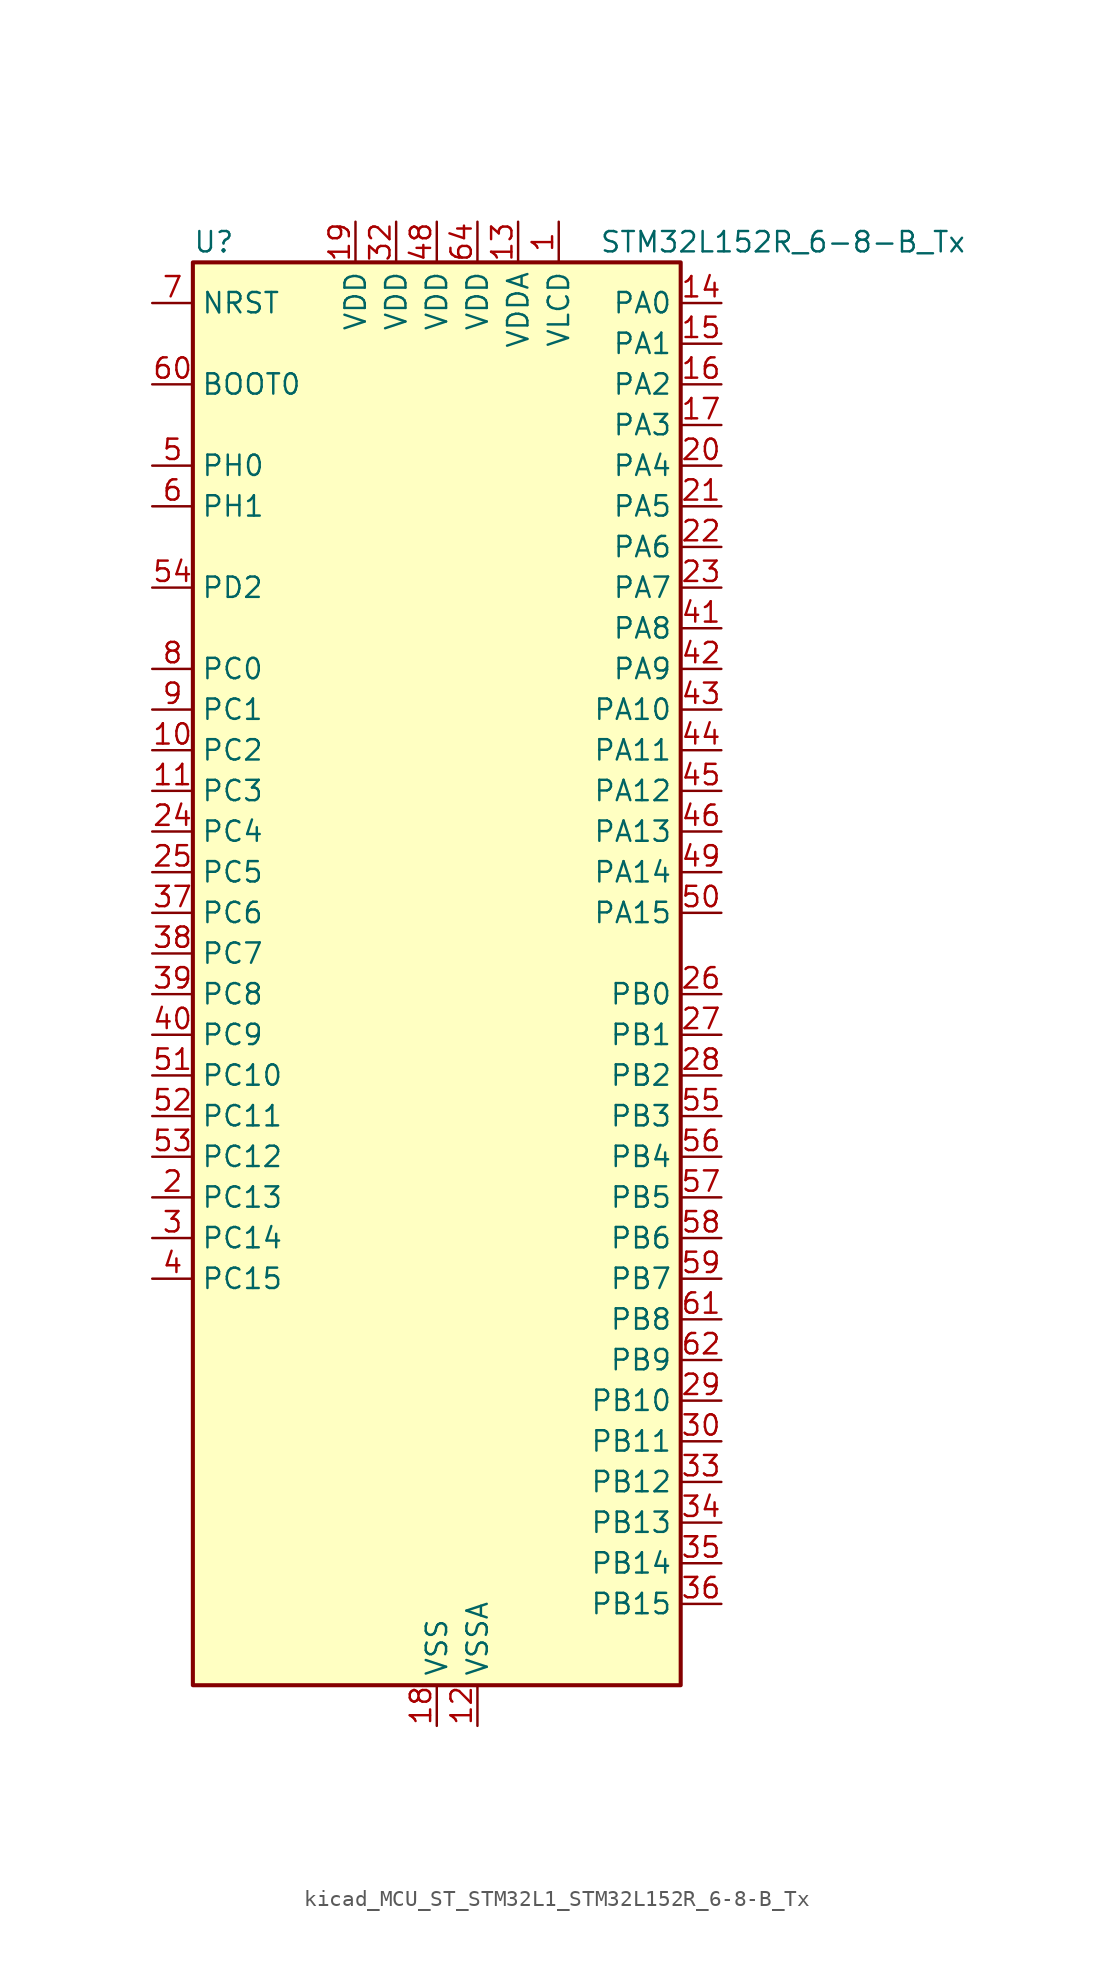
<source format=kicad_sym>
(kicad_symbol_lib
  (version 20220914)
  (generator kicad_symbol_editor)
  (symbol "kicad_MCU_ST_STM32L1_STM32L152R_6-8-B_Tx"
    (property "Reference" "U"
      (at -15.24 46.99 0)
      (effects (font (size 1.27 1.27)) (justify left)))
    (property "Value" "STM32L152R_6-8-B_Tx"
      (at 10.16 46.99 0)
      (effects (font (size 1.27 1.27)) (justify left)))
    (property "ki_locked" ""
      (at 0 0 0)
      (effects (font (size 1.27 1.27))))
    (symbol "kicad_MCU_ST_STM32L1_STM32L152R_6-8-B_Tx_0_1"
      (rectangle (start -15.24 -43.18) (end 15.24 45.72) (stroke (width 0.254) (type default)) (fill (type background))))
    (symbol "kicad_MCU_ST_STM32L1_STM32L152R_6-8-B_Tx_1_1"
      (pin power_in line (at 7.62 48.26 270) (length 2.54) (name "VLCD" (effects (font (size 1.27 1.27)))) (number "1" (effects (font (size 1.27 1.27)))))
      (pin bidirectional line (at -17.78 15.24 0) (length 2.54) (name "PC2" (effects (font (size 1.27 1.27)))) (number "10" (effects (font (size 1.27 1.27)))) (alternate "ADC_IN12" bidirectional line) (alternate "COMP1_INP" bidirectional line) (alternate "LCD_SEG20" bidirectional line) (alternate "TIMX_IC3" bidirectional line) (alternate "TS_G8_IO3" bidirectional line))
      (pin bidirectional line (at -17.78 12.7 0) (length 2.54) (name "PC3" (effects (font (size 1.27 1.27)))) (number "11" (effects (font (size 1.27 1.27)))) (alternate "ADC_IN13" bidirectional line) (alternate "COMP1_INP" bidirectional line) (alternate "LCD_SEG21" bidirectional line) (alternate "TIMX_IC4" bidirectional line) (alternate "TS_G8_IO4" bidirectional line))
      (pin power_in line (at 2.54 -45.72 90) (length 2.54) (name "VSSA" (effects (font (size 1.27 1.27)))) (number "12" (effects (font (size 1.27 1.27)))))
      (pin power_in line (at 5.08 48.26 270) (length 2.54) (name "VDDA" (effects (font (size 1.27 1.27)))) (number "13" (effects (font (size 1.27 1.27)))))
      (pin bidirectional line (at 17.78 43.18 180) (length 2.54) (name "PA0" (effects (font (size 1.27 1.27)))) (number "14" (effects (font (size 1.27 1.27)))) (alternate "ADC_IN0" bidirectional line) (alternate "COMP1_INP" bidirectional line) (alternate "SYS_WKUP1" bidirectional line) (alternate "TIM2_CH1" bidirectional line) (alternate "TIM2_ETR" bidirectional line) (alternate "TIMX_IC1" bidirectional line) (alternate "TS_G1_IO1" bidirectional line) (alternate "USART2_CTS" bidirectional line))
      (pin bidirectional line (at 17.78 40.64 180) (length 2.54) (name "PA1" (effects (font (size 1.27 1.27)))) (number "15" (effects (font (size 1.27 1.27)))) (alternate "ADC_IN1" bidirectional line) (alternate "COMP1_INP" bidirectional line) (alternate "LCD_SEG0" bidirectional line) (alternate "TIM2_CH2" bidirectional line) (alternate "TIMX_IC2" bidirectional line) (alternate "TS_G1_IO2" bidirectional line) (alternate "USART2_RTS" bidirectional line))
      (pin bidirectional line (at 17.78 38.1 180) (length 2.54) (name "PA2" (effects (font (size 1.27 1.27)))) (number "16" (effects (font (size 1.27 1.27)))) (alternate "ADC_IN2" bidirectional line) (alternate "COMP1_INP" bidirectional line) (alternate "LCD_SEG1" bidirectional line) (alternate "TIM2_CH3" bidirectional line) (alternate "TIM9_CH1" bidirectional line) (alternate "TIMX_IC3" bidirectional line) (alternate "TS_G1_IO3" bidirectional line) (alternate "USART2_TX" bidirectional line))
      (pin bidirectional line (at 17.78 35.56 180) (length 2.54) (name "PA3" (effects (font (size 1.27 1.27)))) (number "17" (effects (font (size 1.27 1.27)))) (alternate "ADC_IN3" bidirectional line) (alternate "COMP1_INP" bidirectional line) (alternate "LCD_SEG2" bidirectional line) (alternate "TIM2_CH4" bidirectional line) (alternate "TIM9_CH2" bidirectional line) (alternate "TIMX_IC4" bidirectional line) (alternate "TS_G1_IO4" bidirectional line) (alternate "USART2_RX" bidirectional line))
      (pin power_in line (at 0 -45.72 90) (length 2.54) (name "VSS" (effects (font (size 1.27 1.27)))) (number "18" (effects (font (size 1.27 1.27)))))
      (pin power_in line (at -5.08 48.26 270) (length 2.54) (name "VDD" (effects (font (size 1.27 1.27)))) (number "19" (effects (font (size 1.27 1.27)))))
      (pin bidirectional line (at -17.78 -12.7 0) (length 2.54) (name "PC13" (effects (font (size 1.27 1.27)))) (number "2" (effects (font (size 1.27 1.27)))) (alternate "RTC_OUT_ALARM" bidirectional line) (alternate "RTC_OUT_CALIB" bidirectional line) (alternate "RTC_TAMP1" bidirectional line) (alternate "RTC_TS" bidirectional line) (alternate "SYS_WKUP2" bidirectional line) (alternate "TIMX_IC2" bidirectional line))
      (pin bidirectional line (at 17.78 33.02 180) (length 2.54) (name "PA4" (effects (font (size 1.27 1.27)))) (number "20" (effects (font (size 1.27 1.27)))) (alternate "ADC_IN4" bidirectional line) (alternate "COMP1_INP" bidirectional line) (alternate "DAC_OUT1" bidirectional line) (alternate "SPI1_NSS" bidirectional line) (alternate "TIMX_IC1" bidirectional line) (alternate "USART2_CK" bidirectional line))
      (pin bidirectional line (at 17.78 30.48 180) (length 2.54) (name "PA5" (effects (font (size 1.27 1.27)))) (number "21" (effects (font (size 1.27 1.27)))) (alternate "ADC_IN5" bidirectional line) (alternate "COMP1_INP" bidirectional line) (alternate "DAC_OUT2" bidirectional line) (alternate "SPI1_SCK" bidirectional line) (alternate "TIM2_CH1" bidirectional line) (alternate "TIM2_ETR" bidirectional line) (alternate "TIMX_IC2" bidirectional line))
      (pin bidirectional line (at 17.78 27.94 180) (length 2.54) (name "PA6" (effects (font (size 1.27 1.27)))) (number "22" (effects (font (size 1.27 1.27)))) (alternate "ADC_IN6" bidirectional line) (alternate "COMP1_INP" bidirectional line) (alternate "LCD_SEG3" bidirectional line) (alternate "SPI1_MISO" bidirectional line) (alternate "TIM10_CH1" bidirectional line) (alternate "TIM3_CH1" bidirectional line) (alternate "TIMX_IC3" bidirectional line) (alternate "TS_G2_IO1" bidirectional line))
      (pin bidirectional line (at 17.78 25.4 180) (length 2.54) (name "PA7" (effects (font (size 1.27 1.27)))) (number "23" (effects (font (size 1.27 1.27)))) (alternate "ADC_IN7" bidirectional line) (alternate "COMP1_INP" bidirectional line) (alternate "LCD_SEG4" bidirectional line) (alternate "SPI1_MOSI" bidirectional line) (alternate "TIM11_CH1" bidirectional line) (alternate "TIM3_CH2" bidirectional line) (alternate "TIMX_IC4" bidirectional line) (alternate "TS_G2_IO2" bidirectional line))
      (pin bidirectional line (at -17.78 10.16 0) (length 2.54) (name "PC4" (effects (font (size 1.27 1.27)))) (number "24" (effects (font (size 1.27 1.27)))) (alternate "ADC_IN14" bidirectional line) (alternate "COMP1_INP" bidirectional line) (alternate "LCD_SEG22" bidirectional line) (alternate "TIMX_IC1" bidirectional line) (alternate "TS_G9_IO1" bidirectional line))
      (pin bidirectional line (at -17.78 7.62 0) (length 2.54) (name "PC5" (effects (font (size 1.27 1.27)))) (number "25" (effects (font (size 1.27 1.27)))) (alternate "ADC_IN15" bidirectional line) (alternate "COMP1_INP" bidirectional line) (alternate "LCD_SEG23" bidirectional line) (alternate "TIMX_IC2" bidirectional line) (alternate "TS_G9_IO2" bidirectional line))
      (pin bidirectional line (at 17.78 0 180) (length 2.54) (name "PB0" (effects (font (size 1.27 1.27)))) (number "26" (effects (font (size 1.27 1.27)))) (alternate "ADC_IN8" bidirectional line) (alternate "COMP1_INP" bidirectional line) (alternate "LCD_SEG5" bidirectional line) (alternate "SYS_V_REF_OUT" bidirectional line) (alternate "TIM3_CH3" bidirectional line) (alternate "TS_G3_IO1" bidirectional line))
      (pin bidirectional line (at 17.78 -2.54 180) (length 2.54) (name "PB1" (effects (font (size 1.27 1.27)))) (number "27" (effects (font (size 1.27 1.27)))) (alternate "ADC_IN9" bidirectional line) (alternate "COMP1_INP" bidirectional line) (alternate "LCD_SEG6" bidirectional line) (alternate "SYS_V_REF_OUT" bidirectional line) (alternate "TIM3_CH4" bidirectional line) (alternate "TS_G3_IO2" bidirectional line))
      (pin bidirectional line (at 17.78 -5.08 180) (length 2.54) (name "PB2" (effects (font (size 1.27 1.27)))) (number "28" (effects (font (size 1.27 1.27)))))
      (pin bidirectional line (at 17.78 -25.4 180) (length 2.54) (name "PB10" (effects (font (size 1.27 1.27)))) (number "29" (effects (font (size 1.27 1.27)))) (alternate "I2C2_SCL" bidirectional line) (alternate "LCD_SEG10" bidirectional line) (alternate "TIM2_CH3" bidirectional line) (alternate "USART3_TX" bidirectional line))
      (pin bidirectional line (at -17.78 -15.24 0) (length 2.54) (name "PC14" (effects (font (size 1.27 1.27)))) (number "3" (effects (font (size 1.27 1.27)))) (alternate "RCC_OSC32_IN" bidirectional line) (alternate "TIMX_IC3" bidirectional line))
      (pin bidirectional line (at 17.78 -27.94 180) (length 2.54) (name "PB11" (effects (font (size 1.27 1.27)))) (number "30" (effects (font (size 1.27 1.27)))) (alternate "ADC_EXTI11" bidirectional line) (alternate "I2C2_SDA" bidirectional line) (alternate "LCD_SEG11" bidirectional line) (alternate "TIM2_CH4" bidirectional line) (alternate "USART3_RX" bidirectional line))
      (pin passive line (at 0 -45.72 90) (length 2.54) hide (name "VSS" (effects (font (size 1.27 1.27)))) (number "31" (effects (font (size 1.27 1.27)))))
      (pin power_in line (at -2.54 48.26 270) (length 2.54) (name "VDD" (effects (font (size 1.27 1.27)))) (number "32" (effects (font (size 1.27 1.27)))))
      (pin bidirectional line (at 17.78 -30.48 180) (length 2.54) (name "PB12" (effects (font (size 1.27 1.27)))) (number "33" (effects (font (size 1.27 1.27)))) (alternate "ADC_IN18" bidirectional line) (alternate "COMP1_INP" bidirectional line) (alternate "I2C2_SMBA" bidirectional line) (alternate "LCD_SEG12" bidirectional line) (alternate "SPI2_NSS" bidirectional line) (alternate "TIM10_CH1" bidirectional line) (alternate "TS_G7_IO1" bidirectional line) (alternate "USART3_CK" bidirectional line))
      (pin bidirectional line (at 17.78 -33.02 180) (length 2.54) (name "PB13" (effects (font (size 1.27 1.27)))) (number "34" (effects (font (size 1.27 1.27)))) (alternate "ADC_IN19" bidirectional line) (alternate "COMP1_INP" bidirectional line) (alternate "LCD_SEG13" bidirectional line) (alternate "SPI2_SCK" bidirectional line) (alternate "TIM9_CH1" bidirectional line) (alternate "TS_G7_IO2" bidirectional line) (alternate "USART3_CTS" bidirectional line))
      (pin bidirectional line (at 17.78 -35.56 180) (length 2.54) (name "PB14" (effects (font (size 1.27 1.27)))) (number "35" (effects (font (size 1.27 1.27)))) (alternate "ADC_IN20" bidirectional line) (alternate "COMP1_INP" bidirectional line) (alternate "LCD_SEG14" bidirectional line) (alternate "SPI2_MISO" bidirectional line) (alternate "TIM9_CH2" bidirectional line) (alternate "TS_G7_IO3" bidirectional line) (alternate "USART3_RTS" bidirectional line))
      (pin bidirectional line (at 17.78 -38.1 180) (length 2.54) (name "PB15" (effects (font (size 1.27 1.27)))) (number "36" (effects (font (size 1.27 1.27)))) (alternate "ADC_EXTI15" bidirectional line) (alternate "ADC_IN21" bidirectional line) (alternate "COMP1_INP" bidirectional line) (alternate "LCD_SEG15" bidirectional line) (alternate "RTC_REFIN" bidirectional line) (alternate "SPI2_MOSI" bidirectional line) (alternate "TIM11_CH1" bidirectional line) (alternate "TS_G7_IO4" bidirectional line))
      (pin bidirectional line (at -17.78 5.08 0) (length 2.54) (name "PC6" (effects (font (size 1.27 1.27)))) (number "37" (effects (font (size 1.27 1.27)))) (alternate "LCD_SEG24" bidirectional line) (alternate "TIM3_CH1" bidirectional line) (alternate "TIMX_IC3" bidirectional line) (alternate "TS_G10_IO1" bidirectional line))
      (pin bidirectional line (at -17.78 2.54 0) (length 2.54) (name "PC7" (effects (font (size 1.27 1.27)))) (number "38" (effects (font (size 1.27 1.27)))) (alternate "LCD_SEG25" bidirectional line) (alternate "TIM3_CH2" bidirectional line) (alternate "TIMX_IC4" bidirectional line) (alternate "TS_G10_IO2" bidirectional line))
      (pin bidirectional line (at -17.78 0 0) (length 2.54) (name "PC8" (effects (font (size 1.27 1.27)))) (number "39" (effects (font (size 1.27 1.27)))) (alternate "LCD_SEG26" bidirectional line) (alternate "TIM3_CH3" bidirectional line) (alternate "TIMX_IC1" bidirectional line) (alternate "TS_G10_IO3" bidirectional line))
      (pin bidirectional line (at -17.78 -17.78 0) (length 2.54) (name "PC15" (effects (font (size 1.27 1.27)))) (number "4" (effects (font (size 1.27 1.27)))) (alternate "ADC_EXTI15" bidirectional line) (alternate "RCC_OSC32_OUT" bidirectional line) (alternate "TIMX_IC4" bidirectional line))
      (pin bidirectional line (at -17.78 -2.54 0) (length 2.54) (name "PC9" (effects (font (size 1.27 1.27)))) (number "40" (effects (font (size 1.27 1.27)))) (alternate "DAC_EXTI9" bidirectional line) (alternate "LCD_SEG27" bidirectional line) (alternate "TIM3_CH4" bidirectional line) (alternate "TIMX_IC2" bidirectional line) (alternate "TS_G10_IO4" bidirectional line))
      (pin bidirectional line (at 17.78 22.86 180) (length 2.54) (name "PA8" (effects (font (size 1.27 1.27)))) (number "41" (effects (font (size 1.27 1.27)))) (alternate "LCD_COM0" bidirectional line) (alternate "RCC_MCO" bidirectional line) (alternate "TIMX_IC1" bidirectional line) (alternate "TS_G4_IO1" bidirectional line) (alternate "USART1_CK" bidirectional line))
      (pin bidirectional line (at 17.78 20.32 180) (length 2.54) (name "PA9" (effects (font (size 1.27 1.27)))) (number "42" (effects (font (size 1.27 1.27)))) (alternate "DAC_EXTI9" bidirectional line) (alternate "LCD_COM1" bidirectional line) (alternate "TIMX_IC2" bidirectional line) (alternate "TS_G4_IO2" bidirectional line) (alternate "USART1_TX" bidirectional line))
      (pin bidirectional line (at 17.78 17.78 180) (length 2.54) (name "PA10" (effects (font (size 1.27 1.27)))) (number "43" (effects (font (size 1.27 1.27)))) (alternate "LCD_COM2" bidirectional line) (alternate "TIMX_IC3" bidirectional line) (alternate "TS_G4_IO3" bidirectional line) (alternate "USART1_RX" bidirectional line))
      (pin bidirectional line (at 17.78 15.24 180) (length 2.54) (name "PA11" (effects (font (size 1.27 1.27)))) (number "44" (effects (font (size 1.27 1.27)))) (alternate "ADC_EXTI11" bidirectional line) (alternate "SPI1_MISO" bidirectional line) (alternate "TIMX_IC4" bidirectional line) (alternate "USART1_CTS" bidirectional line) (alternate "USB_DM" bidirectional line))
      (pin bidirectional line (at 17.78 12.7 180) (length 2.54) (name "PA12" (effects (font (size 1.27 1.27)))) (number "45" (effects (font (size 1.27 1.27)))) (alternate "SPI1_MOSI" bidirectional line) (alternate "TIMX_IC1" bidirectional line) (alternate "USART1_RTS" bidirectional line) (alternate "USB_DP" bidirectional line))
      (pin bidirectional line (at 17.78 10.16 180) (length 2.54) (name "PA13" (effects (font (size 1.27 1.27)))) (number "46" (effects (font (size 1.27 1.27)))) (alternate "SYS_JTMS-SWDIO" bidirectional line) (alternate "TIMX_IC2" bidirectional line) (alternate "TS_G5_IO1" bidirectional line))
      (pin passive line (at 0 -45.72 90) (length 2.54) hide (name "VSS" (effects (font (size 1.27 1.27)))) (number "47" (effects (font (size 1.27 1.27)))))
      (pin power_in line (at 0 48.26 270) (length 2.54) (name "VDD" (effects (font (size 1.27 1.27)))) (number "48" (effects (font (size 1.27 1.27)))))
      (pin bidirectional line (at 17.78 7.62 180) (length 2.54) (name "PA14" (effects (font (size 1.27 1.27)))) (number "49" (effects (font (size 1.27 1.27)))) (alternate "SYS_JTCK-SWCLK" bidirectional line) (alternate "TIMX_IC3" bidirectional line) (alternate "TS_G5_IO2" bidirectional line))
      (pin bidirectional line (at -17.78 33.02 0) (length 2.54) (name "PH0" (effects (font (size 1.27 1.27)))) (number "5" (effects (font (size 1.27 1.27)))) (alternate "RCC_OSC_IN" bidirectional line))
      (pin bidirectional line (at 17.78 5.08 180) (length 2.54) (name "PA15" (effects (font (size 1.27 1.27)))) (number "50" (effects (font (size 1.27 1.27)))) (alternate "ADC_EXTI15" bidirectional line) (alternate "LCD_SEG17" bidirectional line) (alternate "SPI1_NSS" bidirectional line) (alternate "SYS_JTDI" bidirectional line) (alternate "TIM2_CH1" bidirectional line) (alternate "TIM2_ETR" bidirectional line) (alternate "TIMX_IC4" bidirectional line) (alternate "TS_G5_IO3" bidirectional line))
      (pin bidirectional line (at -17.78 -5.08 0) (length 2.54) (name "PC10" (effects (font (size 1.27 1.27)))) (number "51" (effects (font (size 1.27 1.27)))) (alternate "LCD_COM4" bidirectional line) (alternate "LCD_SEG28" bidirectional line) (alternate "TIMX_IC3" bidirectional line) (alternate "USART3_TX" bidirectional line))
      (pin bidirectional line (at -17.78 -7.62 0) (length 2.54) (name "PC11" (effects (font (size 1.27 1.27)))) (number "52" (effects (font (size 1.27 1.27)))) (alternate "ADC_EXTI11" bidirectional line) (alternate "LCD_COM5" bidirectional line) (alternate "LCD_SEG29" bidirectional line) (alternate "TIMX_IC4" bidirectional line) (alternate "USART3_RX" bidirectional line))
      (pin bidirectional line (at -17.78 -10.16 0) (length 2.54) (name "PC12" (effects (font (size 1.27 1.27)))) (number "53" (effects (font (size 1.27 1.27)))) (alternate "LCD_COM6" bidirectional line) (alternate "LCD_SEG30" bidirectional line) (alternate "TIMX_IC1" bidirectional line) (alternate "USART3_CK" bidirectional line))
      (pin bidirectional line (at -17.78 25.4 0) (length 2.54) (name "PD2" (effects (font (size 1.27 1.27)))) (number "54" (effects (font (size 1.27 1.27)))) (alternate "LCD_COM7" bidirectional line) (alternate "LCD_SEG31" bidirectional line) (alternate "TIM3_ETR" bidirectional line) (alternate "TIMX_IC3" bidirectional line))
      (pin bidirectional line (at 17.78 -7.62 180) (length 2.54) (name "PB3" (effects (font (size 1.27 1.27)))) (number "55" (effects (font (size 1.27 1.27)))) (alternate "COMP2_INM" bidirectional line) (alternate "LCD_SEG7" bidirectional line) (alternate "SPI1_SCK" bidirectional line) (alternate "SYS_JTDO-TRACESWO" bidirectional line) (alternate "TIM2_CH2" bidirectional line))
      (pin bidirectional line (at 17.78 -10.16 180) (length 2.54) (name "PB4" (effects (font (size 1.27 1.27)))) (number "56" (effects (font (size 1.27 1.27)))) (alternate "COMP2_INP" bidirectional line) (alternate "LCD_SEG8" bidirectional line) (alternate "SPI1_MISO" bidirectional line) (alternate "SYS_JTRST" bidirectional line) (alternate "TIM3_CH1" bidirectional line) (alternate "TS_G6_IO1" bidirectional line))
      (pin bidirectional line (at 17.78 -12.7 180) (length 2.54) (name "PB5" (effects (font (size 1.27 1.27)))) (number "57" (effects (font (size 1.27 1.27)))) (alternate "COMP2_INP" bidirectional line) (alternate "I2C1_SMBA" bidirectional line) (alternate "LCD_SEG9" bidirectional line) (alternate "SPI1_MOSI" bidirectional line) (alternate "TIM3_CH2" bidirectional line) (alternate "TS_G6_IO2" bidirectional line))
      (pin bidirectional line (at 17.78 -15.24 180) (length 2.54) (name "PB6" (effects (font (size 1.27 1.27)))) (number "58" (effects (font (size 1.27 1.27)))) (alternate "I2C1_SCL" bidirectional line) (alternate "TIM4_CH1" bidirectional line) (alternate "USART1_TX" bidirectional line))
      (pin bidirectional line (at 17.78 -17.78 180) (length 2.54) (name "PB7" (effects (font (size 1.27 1.27)))) (number "59" (effects (font (size 1.27 1.27)))) (alternate "I2C1_SDA" bidirectional line) (alternate "SYS_PVD_IN" bidirectional line) (alternate "TIM4_CH2" bidirectional line) (alternate "USART1_RX" bidirectional line))
      (pin bidirectional line (at -17.78 30.48 0) (length 2.54) (name "PH1" (effects (font (size 1.27 1.27)))) (number "6" (effects (font (size 1.27 1.27)))) (alternate "RCC_OSC_OUT" bidirectional line))
      (pin input line (at -17.78 38.1 0) (length 2.54) (name "BOOT0" (effects (font (size 1.27 1.27)))) (number "60" (effects (font (size 1.27 1.27)))))
      (pin bidirectional line (at 17.78 -20.32 180) (length 2.54) (name "PB8" (effects (font (size 1.27 1.27)))) (number "61" (effects (font (size 1.27 1.27)))) (alternate "I2C1_SCL" bidirectional line) (alternate "LCD_SEG16" bidirectional line) (alternate "TIM10_CH1" bidirectional line) (alternate "TIM4_CH3" bidirectional line))
      (pin bidirectional line (at 17.78 -22.86 180) (length 2.54) (name "PB9" (effects (font (size 1.27 1.27)))) (number "62" (effects (font (size 1.27 1.27)))) (alternate "DAC_EXTI9" bidirectional line) (alternate "I2C1_SDA" bidirectional line) (alternate "LCD_COM3" bidirectional line) (alternate "TIM11_CH1" bidirectional line) (alternate "TIM4_CH4" bidirectional line))
      (pin passive line (at 0 -45.72 90) (length 2.54) hide (name "VSS" (effects (font (size 1.27 1.27)))) (number "63" (effects (font (size 1.27 1.27)))))
      (pin power_in line (at 2.54 48.26 270) (length 2.54) (name "VDD" (effects (font (size 1.27 1.27)))) (number "64" (effects (font (size 1.27 1.27)))))
      (pin input line (at -17.78 43.18 0) (length 2.54) (name "NRST" (effects (font (size 1.27 1.27)))) (number "7" (effects (font (size 1.27 1.27)))))
      (pin bidirectional line (at -17.78 20.32 0) (length 2.54) (name "PC0" (effects (font (size 1.27 1.27)))) (number "8" (effects (font (size 1.27 1.27)))) (alternate "ADC_IN10" bidirectional line) (alternate "COMP1_INP" bidirectional line) (alternate "LCD_SEG18" bidirectional line) (alternate "TIMX_IC1" bidirectional line) (alternate "TS_G8_IO1" bidirectional line))
      (pin bidirectional line (at -17.78 17.78 0) (length 2.54) (name "PC1" (effects (font (size 1.27 1.27)))) (number "9" (effects (font (size 1.27 1.27)))) (alternate "ADC_IN11" bidirectional line) (alternate "COMP1_INP" bidirectional line) (alternate "LCD_SEG19" bidirectional line) (alternate "TIMX_IC2" bidirectional line) (alternate "TS_G8_IO2" bidirectional line)))))
</source>
